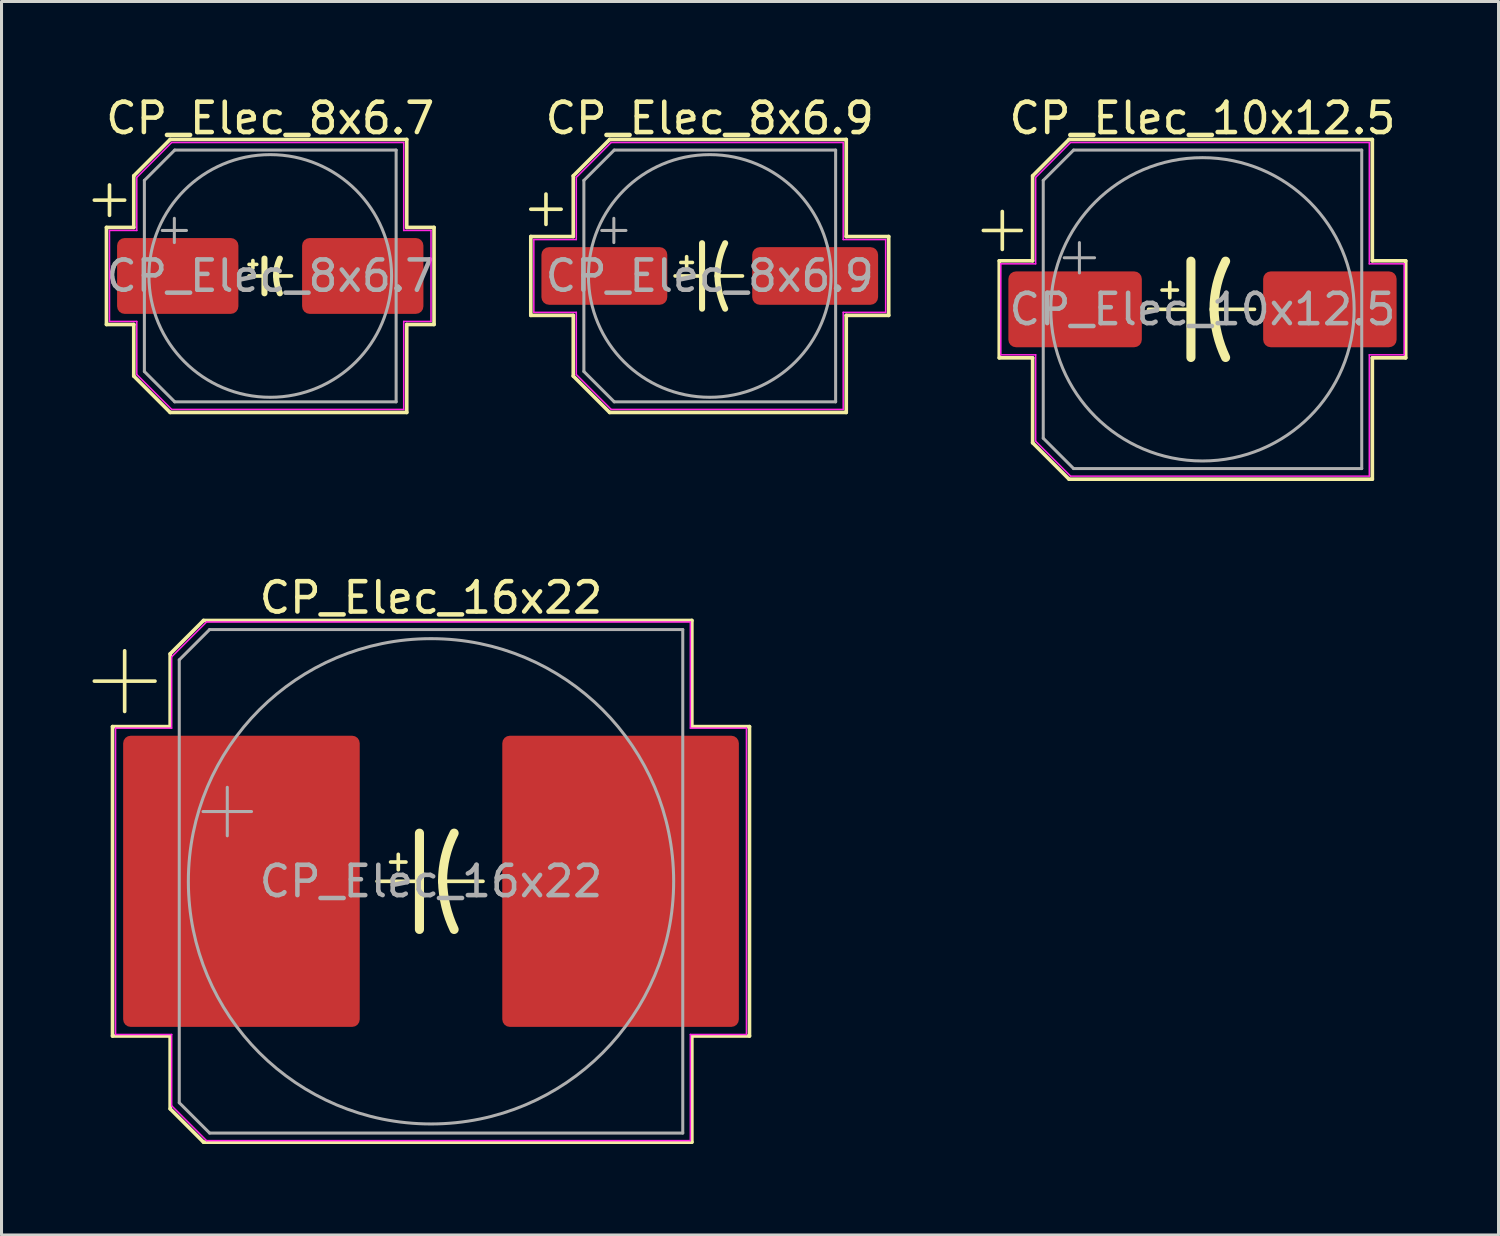
<source format=kicad_pcb>
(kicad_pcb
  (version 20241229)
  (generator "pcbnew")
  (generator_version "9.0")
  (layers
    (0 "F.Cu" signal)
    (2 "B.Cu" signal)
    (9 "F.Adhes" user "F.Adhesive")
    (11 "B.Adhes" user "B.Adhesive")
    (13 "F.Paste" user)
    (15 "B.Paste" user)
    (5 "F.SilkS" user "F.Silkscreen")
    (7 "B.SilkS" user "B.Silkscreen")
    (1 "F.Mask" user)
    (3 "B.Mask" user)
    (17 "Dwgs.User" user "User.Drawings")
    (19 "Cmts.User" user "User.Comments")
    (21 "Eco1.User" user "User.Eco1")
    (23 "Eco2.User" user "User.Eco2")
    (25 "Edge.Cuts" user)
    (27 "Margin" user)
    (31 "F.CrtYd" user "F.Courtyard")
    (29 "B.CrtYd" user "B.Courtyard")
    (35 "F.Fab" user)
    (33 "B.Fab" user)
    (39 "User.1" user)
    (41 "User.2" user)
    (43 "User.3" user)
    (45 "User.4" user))
  (footprint "CP_Elec_8x6.7"
    (layer "F.Cu")
    (at 5.86 6.048)
    (property "Reference" "CP_Elec_8x6.7" (at 0 -5.2 0) (layer "F.SilkS") (effects (font (size 1 1) (thickness 0.15))))
    (attr smd)
    (fp_line (start -5.8 -2.5) (end -4.8 -2.5) (stroke (width 0.12) (type solid)) (layer "F.SilkS"))
    (fp_line (start -5.4 -1.6) (end -5.4 1.6) (stroke (width 0.12) (type solid)) (layer "F.SilkS"))
    (fp_line (start -5.4 1.6) (end -4.5 1.6) (stroke (width 0.12) (type solid)) (layer "F.SilkS"))
    (fp_line (start -5.3 -3) (end -5.3 -2) (stroke (width 0.12) (type solid)) (layer "F.SilkS"))
    (fp_line (start -4.5 -3.3) (end -4.5 -1.6) (stroke (width 0.12) (type solid)) (layer "F.SilkS"))
    (fp_line (start -4.5 -1.6) (end -5.4 -1.6) (stroke (width 0.12) (type solid)) (layer "F.SilkS"))
    (fp_line (start -4.5 1.6) (end -4.5 3.3) (stroke (width 0.12) (type solid)) (layer "F.SilkS"))
    (fp_line (start -4.5 3.3) (end -3.3 4.5) (stroke (width 0.12) (type solid)) (layer "F.SilkS"))
    (fp_line (start -3.3 -4.5) (end -4.5 -3.3) (stroke (width 0.12) (type solid)) (layer "F.SilkS"))
    (fp_line (start -3.3 4.5) (end 4.5 4.5) (stroke (width 0.12) (type solid)) (layer "F.SilkS"))
    (fp_line (start -0.699 -0.381) (end -0.445 -0.381) (stroke (width 0.12) (type solid)) (layer "F.SilkS"))
    (fp_line (start -0.699 0) (end -0.191 0) (stroke (width 0.12) (type solid)) (layer "F.SilkS"))
    (fp_line (start -0.572 -0.508) (end -0.572 -0.254) (stroke (width 0.12) (type solid)) (layer "F.SilkS"))
    (fp_line (start -0.191 -0.572) (end -0.191 0.572) (stroke (width 0.2) (type solid)) (layer "F.SilkS"))
    (fp_line (start 0.699 0) (end 0.191 0) (stroke (width 0.12) (type solid)) (layer "F.SilkS"))
    (fp_line (start 4.5 -4.5) (end -3.3 -4.5) (stroke (width 0.12) (type solid)) (layer "F.SilkS"))
    (fp_line (start 4.5 -1.6) (end 4.5 -4.5) (stroke (width 0.12) (type solid)) (layer "F.SilkS"))
    (fp_line (start 4.5 1.6) (end 5.4 1.6) (stroke (width 0.12) (type solid)) (layer "F.SilkS"))
    (fp_line (start 4.5 4.5) (end 4.5 1.6) (stroke (width 0.12) (type solid)) (layer "F.SilkS"))
    (fp_line (start 5.4 -1.6) (end 4.5 -1.6) (stroke (width 0.12) (type solid)) (layer "F.SilkS"))
    (fp_line (start 5.4 1.6) (end 5.4 -1.6) (stroke (width 0.12) (type solid)) (layer "F.SilkS"))
    (fp_arc (start 0.1905 0) (mid 0.222579 -0.292732) (end 0.3175 -0.5715) (stroke (width 0.2) (type solid)) (layer "F.SilkS"))
    (fp_arc (start 0.3175 0.5715) (mid 0.226611 0.291836) (end 0.1905 0) (stroke (width 0.2) (type solid)) (layer "F.SilkS"))
    (fp_line (start -5.3 -1.5) (end -5.3 1.5) (stroke (width 0.05) (type solid)) (layer "F.CrtYd"))
    (fp_line (start -5.3 1.5) (end -4.4 1.5) (stroke (width 0.05) (type solid)) (layer "F.CrtYd"))
    (fp_line (start -4.4 -3.25) (end -4.4 -1.5) (stroke (width 0.05) (type solid)) (layer "F.CrtYd"))
    (fp_line (start -4.4 -3.25) (end -3.25 -4.4) (stroke (width 0.05) (type solid)) (layer "F.CrtYd"))
    (fp_line (start -4.4 -1.5) (end -5.3 -1.5) (stroke (width 0.05) (type solid)) (layer "F.CrtYd"))
    (fp_line (start -4.4 1.5) (end -4.4 3.25) (stroke (width 0.05) (type solid)) (layer "F.CrtYd"))
    (fp_line (start -4.4 3.25) (end -3.25 4.4) (stroke (width 0.05) (type solid)) (layer "F.CrtYd"))
    (fp_line (start -3.25 -4.4) (end 4.4 -4.4) (stroke (width 0.05) (type solid)) (layer "F.CrtYd"))
    (fp_line (start -3.25 4.4) (end 4.4 4.4) (stroke (width 0.05) (type solid)) (layer "F.CrtYd"))
    (fp_line (start 4.4 -4.4) (end 4.4 -1.5) (stroke (width 0.05) (type solid)) (layer "F.CrtYd"))
    (fp_line (start 4.4 -1.5) (end 5.3 -1.5) (stroke (width 0.05) (type solid)) (layer "F.CrtYd"))
    (fp_line (start 4.4 1.5) (end 4.4 4.4) (stroke (width 0.05) (type solid)) (layer "F.CrtYd"))
    (fp_line (start 5.3 -1.5) (end 5.3 1.5) (stroke (width 0.05) (type solid)) (layer "F.CrtYd"))
    (fp_line (start 5.3 1.5) (end 4.4 1.5) (stroke (width 0.05) (type solid)) (layer "F.CrtYd"))
    (fp_line (start -4.15 -3.15) (end -4.15 3.15) (stroke (width 0.1) (type solid)) (layer "F.Fab"))
    (fp_line (start -4.15 -3.15) (end -3.15 -4.15) (stroke (width 0.1) (type solid)) (layer "F.Fab"))
    (fp_line (start -4.15 3.15) (end -3.15 4.15) (stroke (width 0.1) (type solid)) (layer "F.Fab"))
    (fp_line (start -3.562 -1.5) (end -2.762 -1.5) (stroke (width 0.1) (type solid)) (layer "F.Fab"))
    (fp_line (start -3.162 -1.9) (end -3.162 -1.1) (stroke (width 0.1) (type solid)) (layer "F.Fab"))
    (fp_line (start -3.15 -4.15) (end 4.15 -4.15) (stroke (width 0.1) (type solid)) (layer "F.Fab"))
    (fp_line (start -3.15 4.15) (end 4.15 4.15) (stroke (width 0.1) (type solid)) (layer "F.Fab"))
    (fp_line (start 4.15 -4.15) (end 4.15 4.15) (stroke (width 0.1) (type solid)) (layer "F.Fab"))
    (fp_circle (center 0 0) (end 4 0) (stroke (width 0.1) (type solid)) (fill no) (layer "F.Fab"))
    (fp_text user "${REFERENCE}" (at 0 0 0) (layer "F.Fab") (effects (font (size 1 1) (thickness 0.15))))
    (pad "1" smd roundrect (at -3.05 0) (size 4 2.5) (layers "F.Cu" "F.Mask" "F.Paste") (roundrect_rratio 0.1))
    (pad "2" smd roundrect (at 3.05 0) (size 4 2.5) (layers "F.Cu" "F.Mask" "F.Paste") (roundrect_rratio 0.1)))
  (footprint "CP_Elec_16x22"
    (layer "F.Cu")
    (at 11.16 26.006)
    (property "Reference" "CP_Elec_16x22" (at 0 -9.35 0) (layer "F.SilkS") (effects (font (size 1 1) (thickness 0.15))))
    (attr smd)
    (fp_line (start -11.1 -6.6) (end -9.1 -6.6) (stroke (width 0.12) (type solid)) (layer "F.SilkS"))
    (fp_line (start -10.5 -5.1) (end -10.5 5.1) (stroke (width 0.12) (type solid)) (layer "F.SilkS"))
    (fp_line (start -10.5 5.1) (end -8.6 5.1) (stroke (width 0.12) (type solid)) (layer "F.SilkS"))
    (fp_line (start -10.1 -7.6) (end -10.1 -5.6) (stroke (width 0.12) (type solid)) (layer "F.SilkS"))
    (fp_line (start -8.6 -7.5) (end -8.6 -5.1) (stroke (width 0.12) (type solid)) (layer "F.SilkS"))
    (fp_line (start -8.6 -5.1) (end -10.5 -5.1) (stroke (width 0.12) (type solid)) (layer "F.SilkS"))
    (fp_line (start -8.6 5.1) (end -8.6 7.5) (stroke (width 0.12) (type solid)) (layer "F.SilkS"))
    (fp_line (start -8.6 7.5) (end -7.5 8.6) (stroke (width 0.12) (type solid)) (layer "F.SilkS"))
    (fp_line (start -7.5 -8.6) (end -8.6 -7.5) (stroke (width 0.12) (type solid)) (layer "F.SilkS"))
    (fp_line (start -7.5 8.6) (end 8.6 8.6) (stroke (width 0.12) (type solid)) (layer "F.SilkS"))
    (fp_line (start -1.778 0) (end -0.381 0) (stroke (width 0.12) (type solid)) (layer "F.SilkS"))
    (fp_line (start -1.079 -0.381) (end -1.079 -0.889) (stroke (width 0.12) (type solid)) (layer "F.SilkS"))
    (fp_line (start -0.826 -0.635) (end -1.333 -0.635) (stroke (width 0.12) (type solid)) (layer "F.SilkS"))
    (fp_line (start -0.381 -1.587) (end -0.381 1.587) (stroke (width 0.3) (type solid)) (layer "F.SilkS"))
    (fp_line (start 1.714 0) (end 0.381 0) (stroke (width 0.12) (type solid)) (layer "F.SilkS"))
    (fp_line (start 8.6 -8.6) (end -7.5 -8.6) (stroke (width 0.12) (type solid)) (layer "F.SilkS"))
    (fp_line (start 8.6 -5.1) (end 8.6 -8.6) (stroke (width 0.12) (type solid)) (layer "F.SilkS"))
    (fp_line (start 8.6 5.1) (end 10.5 5.1) (stroke (width 0.12) (type solid)) (layer "F.SilkS"))
    (fp_line (start 8.6 8.6) (end 8.6 5.1) (stroke (width 0.12) (type solid)) (layer "F.SilkS"))
    (fp_line (start 10.5 -5.1) (end 8.6 -5.1) (stroke (width 0.12) (type solid)) (layer "F.SilkS"))
    (fp_line (start 10.5 5.1) (end 10.5 -5.1) (stroke (width 0.12) (type solid)) (layer "F.SilkS"))
    (fp_arc (start 0.381 0) (mid 0.477553 -0.816297) (end 0.762 -1.5875) (stroke (width 0.3) (type solid)) (layer "F.SilkS"))
    (fp_arc (start 0.762 1.5875) (mid 0.488774 0.813604) (end 0.381 0) (stroke (width 0.3) (type solid)) (layer "F.SilkS"))
    (fp_line (start -10.4 -5.05) (end -10.4 5.05) (stroke (width 0.05) (type solid)) (layer "F.CrtYd"))
    (fp_line (start -10.4 5.05) (end -8.55 5.05) (stroke (width 0.05) (type solid)) (layer "F.CrtYd"))
    (fp_line (start -8.55 -7.4) (end -8.55 -5.05) (stroke (width 0.05) (type solid)) (layer "F.CrtYd"))
    (fp_line (start -8.55 -7.4) (end -7.4 -8.55) (stroke (width 0.05) (type solid)) (layer "F.CrtYd"))
    (fp_line (start -8.55 -5.05) (end -10.4 -5.05) (stroke (width 0.05) (type solid)) (layer "F.CrtYd"))
    (fp_line (start -8.55 5.05) (end -8.55 7.4) (stroke (width 0.05) (type solid)) (layer "F.CrtYd"))
    (fp_line (start -8.55 7.4) (end -7.4 8.55) (stroke (width 0.05) (type solid)) (layer "F.CrtYd"))
    (fp_line (start -7.4 -8.55) (end 8.55 -8.55) (stroke (width 0.05) (type solid)) (layer "F.CrtYd"))
    (fp_line (start -7.4 8.55) (end 8.55 8.55) (stroke (width 0.05) (type solid)) (layer "F.CrtYd"))
    (fp_line (start 8.55 -8.55) (end 8.55 -5.05) (stroke (width 0.05) (type solid)) (layer "F.CrtYd"))
    (fp_line (start 8.55 -5.05) (end 10.4 -5.05) (stroke (width 0.05) (type solid)) (layer "F.CrtYd"))
    (fp_line (start 8.55 5.05) (end 8.55 8.55) (stroke (width 0.05) (type solid)) (layer "F.CrtYd"))
    (fp_line (start 10.4 -5.05) (end 10.4 5.05) (stroke (width 0.05) (type solid)) (layer "F.CrtYd"))
    (fp_line (start 10.4 5.05) (end 8.55 5.05) (stroke (width 0.05) (type solid)) (layer "F.CrtYd"))
    (fp_line (start -8.3 -7.3) (end -8.3 7.3) (stroke (width 0.1) (type solid)) (layer "F.Fab"))
    (fp_line (start -8.3 -7.3) (end -7.3 -8.3) (stroke (width 0.1) (type solid)) (layer "F.Fab"))
    (fp_line (start -8.3 7.3) (end -7.3 8.3) (stroke (width 0.1) (type solid)) (layer "F.Fab"))
    (fp_line (start -7.517 -2.3) (end -5.917 -2.3) (stroke (width 0.1) (type solid)) (layer "F.Fab"))
    (fp_line (start -7.3 -8.3) (end 8.3 -8.3) (stroke (width 0.1) (type solid)) (layer "F.Fab"))
    (fp_line (start -7.3 8.3) (end 8.3 8.3) (stroke (width 0.1) (type solid)) (layer "F.Fab"))
    (fp_line (start -6.717 -3.1) (end -6.717 -1.5) (stroke (width 0.1) (type solid)) (layer "F.Fab"))
    (fp_line (start 8.3 -8.3) (end 8.3 8.3) (stroke (width 0.1) (type solid)) (layer "F.Fab"))
    (fp_circle (center 0 0) (end 8 0) (stroke (width 0.1) (type solid)) (fill no) (layer "F.Fab"))
    (fp_text user "${REFERENCE}" (at 0 0 0) (layer "F.Fab") (effects (font (size 1 1) (thickness 0.15))))
    (pad "1" smd roundrect (at -6.25 0) (size 7.8 9.6) (layers "F.Cu" "F.Mask" "F.Paste") (roundrect_rratio 0.032))
    (pad "2" smd roundrect (at 6.25 0) (size 7.8 9.6) (layers "F.Cu" "F.Mask" "F.Paste") (roundrect_rratio 0.032)))
  (footprint "CP_Elec_10x12.5"
    (layer "F.Cu")
    (at 36.595 7.148)
    (property "Reference" "CP_Elec_10x12.5" (at 0 -6.3 0) (layer "F.SilkS") (effects (font (size 1 1) (thickness 0.15))))
    (attr smd)
    (fp_line (start -7.225 -2.6) (end -5.975 -2.6) (stroke (width 0.12) (type solid)) (layer "F.SilkS"))
    (fp_line (start -6.7 -1.6) (end -6.7 1.6) (stroke (width 0.12) (type solid)) (layer "F.SilkS"))
    (fp_line (start -6.7 1.6) (end -5.6 1.6) (stroke (width 0.12) (type solid)) (layer "F.SilkS"))
    (fp_line (start -6.6 -3.225) (end -6.6 -1.975) (stroke (width 0.12) (type solid)) (layer "F.SilkS"))
    (fp_line (start -5.6 -4.4) (end -5.6 -1.6) (stroke (width 0.12) (type solid)) (layer "F.SilkS"))
    (fp_line (start -5.6 -1.6) (end -6.7 -1.6) (stroke (width 0.12) (type solid)) (layer "F.SilkS"))
    (fp_line (start -5.6 1.6) (end -5.6 4.4) (stroke (width 0.12) (type solid)) (layer "F.SilkS"))
    (fp_line (start -5.6 4.4) (end -4.4 5.6) (stroke (width 0.12) (type solid)) (layer "F.SilkS"))
    (fp_line (start -4.4 -5.6) (end -5.6 -4.4) (stroke (width 0.12) (type solid)) (layer "F.SilkS"))
    (fp_line (start -4.4 5.6) (end 5.6 5.6) (stroke (width 0.12) (type solid)) (layer "F.SilkS"))
    (fp_line (start -1.778 0) (end -0.381 0) (stroke (width 0.12) (type solid)) (layer "F.SilkS"))
    (fp_line (start -1.079 -0.381) (end -1.079 -0.889) (stroke (width 0.12) (type solid)) (layer "F.SilkS"))
    (fp_line (start -0.826 -0.635) (end -1.333 -0.635) (stroke (width 0.12) (type solid)) (layer "F.SilkS"))
    (fp_line (start -0.381 -1.587) (end -0.381 1.587) (stroke (width 0.3) (type solid)) (layer "F.SilkS"))
    (fp_line (start 1.714 0) (end 0.381 0) (stroke (width 0.12) (type solid)) (layer "F.SilkS"))
    (fp_line (start 5.6 -5.6) (end -4.4 -5.6) (stroke (width 0.12) (type solid)) (layer "F.SilkS"))
    (fp_line (start 5.6 -1.6) (end 5.6 -5.6) (stroke (width 0.12) (type solid)) (layer "F.SilkS"))
    (fp_line (start 5.6 1.6) (end 6.7 1.6) (stroke (width 0.12) (type solid)) (layer "F.SilkS"))
    (fp_line (start 5.6 5.6) (end 5.6 1.6) (stroke (width 0.12) (type solid)) (layer "F.SilkS"))
    (fp_line (start 6.7 -1.6) (end 5.6 -1.6) (stroke (width 0.12) (type solid)) (layer "F.SilkS"))
    (fp_line (start 6.7 1.6) (end 6.7 -1.6) (stroke (width 0.12) (type solid)) (layer "F.SilkS"))
    (fp_arc (start 0.381 0) (mid 0.477553 -0.816297) (end 0.762 -1.5875) (stroke (width 0.3) (type solid)) (layer "F.SilkS"))
    (fp_arc (start 0.762 1.5875) (mid 0.488774 0.813604) (end 0.381 0) (stroke (width 0.3) (type solid)) (layer "F.SilkS"))
    (fp_line (start -6.65 -1.5) (end -6.65 1.5) (stroke (width 0.05) (type solid)) (layer "F.CrtYd"))
    (fp_line (start -6.65 1.5) (end -5.5 1.5) (stroke (width 0.05) (type solid)) (layer "F.CrtYd"))
    (fp_line (start -5.5 -4.35) (end -5.5 -1.5) (stroke (width 0.05) (type solid)) (layer "F.CrtYd"))
    (fp_line (start -5.5 -4.35) (end -4.35 -5.5) (stroke (width 0.05) (type solid)) (layer "F.CrtYd"))
    (fp_line (start -5.5 -1.5) (end -6.65 -1.5) (stroke (width 0.05) (type solid)) (layer "F.CrtYd"))
    (fp_line (start -5.5 1.5) (end -5.5 4.35) (stroke (width 0.05) (type solid)) (layer "F.CrtYd"))
    (fp_line (start -5.5 4.35) (end -4.35 5.5) (stroke (width 0.05) (type solid)) (layer "F.CrtYd"))
    (fp_line (start -4.35 -5.5) (end 5.5 -5.5) (stroke (width 0.05) (type solid)) (layer "F.CrtYd"))
    (fp_line (start -4.35 5.5) (end 5.5 5.5) (stroke (width 0.05) (type solid)) (layer "F.CrtYd"))
    (fp_line (start 5.5 -5.5) (end 5.5 -1.5) (stroke (width 0.05) (type solid)) (layer "F.CrtYd"))
    (fp_line (start 5.5 -1.5) (end 6.65 -1.5) (stroke (width 0.05) (type solid)) (layer "F.CrtYd"))
    (fp_line (start 5.5 1.5) (end 5.5 5.5) (stroke (width 0.05) (type solid)) (layer "F.CrtYd"))
    (fp_line (start 6.65 -1.5) (end 6.65 1.5) (stroke (width 0.05) (type solid)) (layer "F.CrtYd"))
    (fp_line (start 6.65 1.5) (end 5.5 1.5) (stroke (width 0.05) (type solid)) (layer "F.CrtYd"))
    (fp_line (start -5.25 -4.25) (end -5.25 4.25) (stroke (width 0.1) (type solid)) (layer "F.Fab"))
    (fp_line (start -5.25 -4.25) (end -4.25 -5.25) (stroke (width 0.1) (type solid)) (layer "F.Fab"))
    (fp_line (start -5.25 4.25) (end -4.25 5.25) (stroke (width 0.1) (type solid)) (layer "F.Fab"))
    (fp_line (start -4.558 -1.7) (end -3.558 -1.7) (stroke (width 0.1) (type solid)) (layer "F.Fab"))
    (fp_line (start -4.25 -5.25) (end 5.25 -5.25) (stroke (width 0.1) (type solid)) (layer "F.Fab"))
    (fp_line (start -4.25 5.25) (end 5.25 5.25) (stroke (width 0.1) (type solid)) (layer "F.Fab"))
    (fp_line (start -4.058 -2.2) (end -4.058 -1.2) (stroke (width 0.1) (type solid)) (layer "F.Fab"))
    (fp_line (start 5.25 -5.25) (end 5.25 5.25) (stroke (width 0.1) (type solid)) (layer "F.Fab"))
    (fp_circle (center 0 0) (end 5 0) (stroke (width 0.1) (type solid)) (fill no) (layer "F.Fab"))
    (fp_text user "${REFERENCE}" (at 0 0 0) (layer "F.Fab") (effects (font (size 1 1) (thickness 0.15))))
    (pad "1" smd roundrect (at -4.2 0) (size 4.4 2.5) (layers "F.Cu" "F.Mask" "F.Paste") (roundrect_rratio 0.1))
    (pad "2" smd roundrect (at 4.2 0) (size 4.4 2.5) (layers "F.Cu" "F.Mask" "F.Paste") (roundrect_rratio 0.1)))
  (footprint "CP_Elec_8x6.9"
    (layer "F.Cu")
    (at 20.35 6.048)
    (property "Reference" "CP_Elec_8x6.9" (at 0 -5.2 0) (layer "F.SilkS") (effects (font (size 1 1) (thickness 0.15))))
    (attr smd)
    (fp_line (start -5.9 -2.2) (end -4.9 -2.2) (stroke (width 0.12) (type solid)) (layer "F.SilkS"))
    (fp_line (start -5.9 -1.3) (end -5.9 1.3) (stroke (width 0.12) (type solid)) (layer "F.SilkS"))
    (fp_line (start -5.9 1.3) (end -4.5 1.3) (stroke (width 0.12) (type solid)) (layer "F.SilkS"))
    (fp_line (start -5.4 -2.7) (end -5.4 -1.7) (stroke (width 0.12) (type solid)) (layer "F.SilkS"))
    (fp_line (start -4.5 -3.3) (end -4.5 -1.3) (stroke (width 0.12) (type solid)) (layer "F.SilkS"))
    (fp_line (start -4.5 -1.3) (end -5.9 -1.3) (stroke (width 0.12) (type solid)) (layer "F.SilkS"))
    (fp_line (start -4.5 1.3) (end -4.5 3.3) (stroke (width 0.12) (type solid)) (layer "F.SilkS"))
    (fp_line (start -4.5 3.3) (end -3.3 4.5) (stroke (width 0.12) (type solid)) (layer "F.SilkS"))
    (fp_line (start -3.3 -4.5) (end -4.5 -3.3) (stroke (width 0.12) (type solid)) (layer "F.SilkS"))
    (fp_line (start -3.3 4.5) (end 4.5 4.5) (stroke (width 0.12) (type solid)) (layer "F.SilkS"))
    (fp_line (start -1.143 0) (end -0.254 0) (stroke (width 0.12) (type solid)) (layer "F.SilkS"))
    (fp_line (start -0.762 -0.254) (end -0.762 -0.635) (stroke (width 0.12) (type solid)) (layer "F.SilkS"))
    (fp_line (start -0.572 -0.445) (end -0.953 -0.445) (stroke (width 0.12) (type solid)) (layer "F.SilkS"))
    (fp_line (start -0.254 -1.079) (end -0.254 1.079) (stroke (width 0.2) (type solid)) (layer "F.SilkS"))
    (fp_line (start 1.079 0) (end 0.254 0) (stroke (width 0.12) (type solid)) (layer "F.SilkS"))
    (fp_line (start 4.5 -4.5) (end -3.3 -4.5) (stroke (width 0.12) (type solid)) (layer "F.SilkS"))
    (fp_line (start 4.5 -1.3) (end 4.5 -4.5) (stroke (width 0.12) (type solid)) (layer "F.SilkS"))
    (fp_line (start 4.5 1.3) (end 5.9 1.3) (stroke (width 0.12) (type solid)) (layer "F.SilkS"))
    (fp_line (start 4.5 4.5) (end 4.5 1.3) (stroke (width 0.12) (type solid)) (layer "F.SilkS"))
    (fp_line (start 5.9 -1.3) (end 4.5 -1.3) (stroke (width 0.12) (type solid)) (layer "F.SilkS"))
    (fp_line (start 5.9 1.3) (end 5.9 -1.3) (stroke (width 0.12) (type solid)) (layer "F.SilkS"))
    (fp_arc (start 0.254 0) (mid 0.318254 -0.554514) (end 0.508 -1.0795) (stroke (width 0.2) (type solid)) (layer "F.SilkS"))
    (fp_arc (start 0.508 1.0795) (mid 0.32588 0.552719) (end 0.254 0) (stroke (width 0.2) (type solid)) (layer "F.SilkS"))
    (fp_line (start -5.8 -1.2) (end -5.8 1.2) (stroke (width 0.05) (type solid)) (layer "F.CrtYd"))
    (fp_line (start -5.8 1.2) (end -4.4 1.2) (stroke (width 0.05) (type solid)) (layer "F.CrtYd"))
    (fp_line (start -4.4 -3.25) (end -4.4 -1.2) (stroke (width 0.05) (type solid)) (layer "F.CrtYd"))
    (fp_line (start -4.4 -3.25) (end -3.25 -4.4) (stroke (width 0.05) (type solid)) (layer "F.CrtYd"))
    (fp_line (start -4.4 -1.2) (end -5.8 -1.2) (stroke (width 0.05) (type solid)) (layer "F.CrtYd"))
    (fp_line (start -4.4 1.2) (end -4.4 3.25) (stroke (width 0.05) (type solid)) (layer "F.CrtYd"))
    (fp_line (start -4.4 3.25) (end -3.25 4.4) (stroke (width 0.05) (type solid)) (layer "F.CrtYd"))
    (fp_line (start -3.25 -4.4) (end 4.4 -4.4) (stroke (width 0.05) (type solid)) (layer "F.CrtYd"))
    (fp_line (start -3.25 4.4) (end 4.4 4.4) (stroke (width 0.05) (type solid)) (layer "F.CrtYd"))
    (fp_line (start 4.4 -4.4) (end 4.4 -1.2) (stroke (width 0.05) (type solid)) (layer "F.CrtYd"))
    (fp_line (start 4.4 -1.2) (end 5.8 -1.2) (stroke (width 0.05) (type solid)) (layer "F.CrtYd"))
    (fp_line (start 4.4 1.2) (end 4.4 4.4) (stroke (width 0.05) (type solid)) (layer "F.CrtYd"))
    (fp_line (start 5.8 -1.2) (end 5.8 1.2) (stroke (width 0.05) (type solid)) (layer "F.CrtYd"))
    (fp_line (start 5.8 1.2) (end 4.4 1.2) (stroke (width 0.05) (type solid)) (layer "F.CrtYd"))
    (fp_line (start -4.15 -3.15) (end -4.15 3.15) (stroke (width 0.1) (type solid)) (layer "F.Fab"))
    (fp_line (start -4.15 -3.15) (end -3.15 -4.15) (stroke (width 0.1) (type solid)) (layer "F.Fab"))
    (fp_line (start -4.15 3.15) (end -3.15 4.15) (stroke (width 0.1) (type solid)) (layer "F.Fab"))
    (fp_line (start -3.562 -1.5) (end -2.762 -1.5) (stroke (width 0.1) (type solid)) (layer "F.Fab"))
    (fp_line (start -3.162 -1.9) (end -3.162 -1.1) (stroke (width 0.1) (type solid)) (layer "F.Fab"))
    (fp_line (start -3.15 -4.15) (end 4.15 -4.15) (stroke (width 0.1) (type solid)) (layer "F.Fab"))
    (fp_line (start -3.15 4.15) (end 4.15 4.15) (stroke (width 0.1) (type solid)) (layer "F.Fab"))
    (fp_line (start 4.15 -4.15) (end 4.15 4.15) (stroke (width 0.1) (type solid)) (layer "F.Fab"))
    (fp_circle (center 0 0) (end 4 0) (stroke (width 0.1) (type solid)) (fill no) (layer "F.Fab"))
    (fp_text user "${REFERENCE}" (at 0 0 0) (layer "F.Fab") (effects (font (size 1 1) (thickness 0.15))))
    (pad "1" smd roundrect (at -3.475 0) (size 4.15 1.9) (layers "F.Cu" "F.Mask" "F.Paste") (roundrect_rratio 0.132))
    (pad "2" smd roundrect (at 3.475 0) (size 4.15 1.9) (layers "F.Cu" "F.Mask" "F.Paste") (roundrect_rratio 0.132)))
  (gr_rect
    (start -3 -3)
    (end 46.355 37.666)
    (stroke (width 0.1) (type default))
    (fill no)
    (layer "Edge.Cuts")))
</source>
